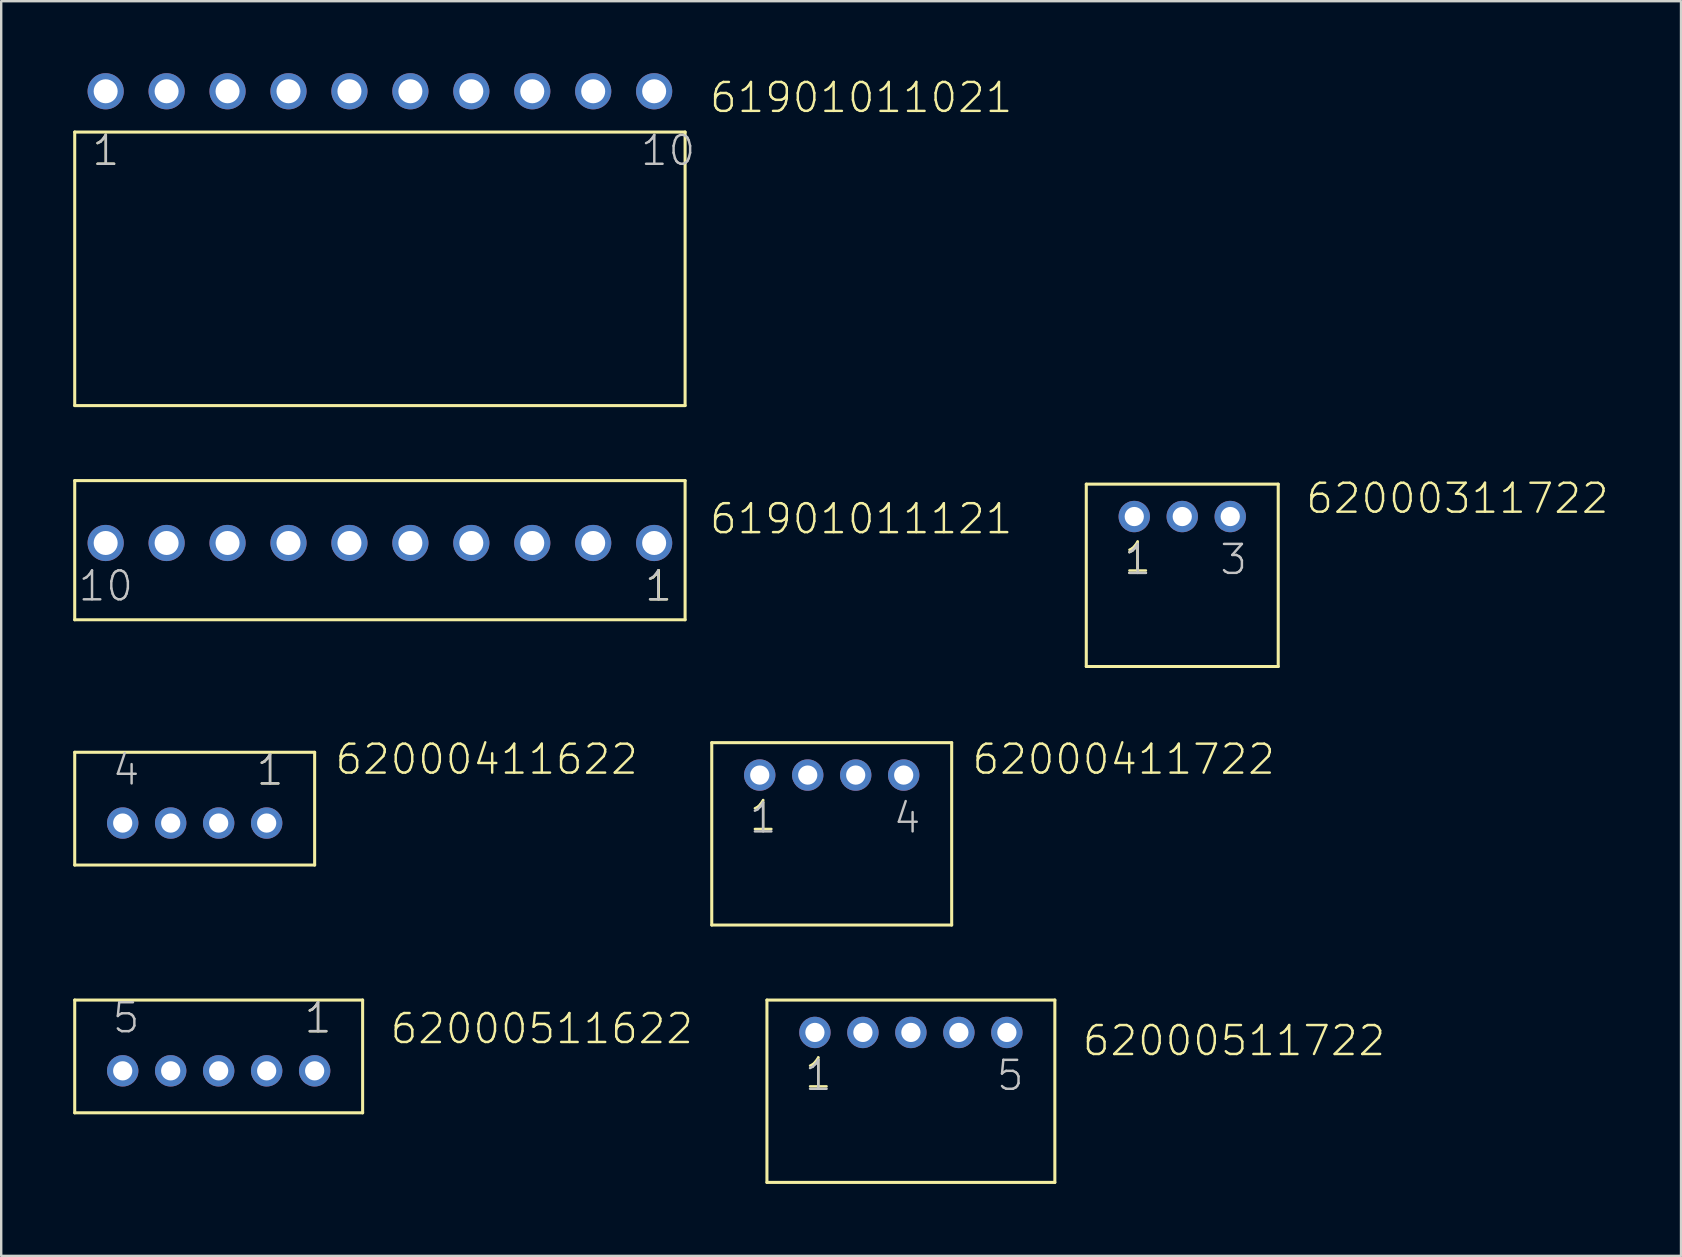
<source format=kicad_pcb>
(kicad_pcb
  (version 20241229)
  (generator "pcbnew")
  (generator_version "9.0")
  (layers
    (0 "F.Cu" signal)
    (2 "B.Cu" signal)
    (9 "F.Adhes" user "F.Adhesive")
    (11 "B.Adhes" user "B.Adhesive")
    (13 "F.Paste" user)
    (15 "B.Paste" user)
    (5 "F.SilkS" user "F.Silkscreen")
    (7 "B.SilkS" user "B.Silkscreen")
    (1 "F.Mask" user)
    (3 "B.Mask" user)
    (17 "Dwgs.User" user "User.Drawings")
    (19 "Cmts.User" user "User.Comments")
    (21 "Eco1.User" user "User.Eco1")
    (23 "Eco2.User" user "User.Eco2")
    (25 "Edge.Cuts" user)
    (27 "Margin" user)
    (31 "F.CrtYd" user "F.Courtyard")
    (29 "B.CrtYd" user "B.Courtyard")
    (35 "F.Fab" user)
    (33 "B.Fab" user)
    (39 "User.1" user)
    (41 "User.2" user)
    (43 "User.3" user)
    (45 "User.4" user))
  (footprint "62000511622"
    (layer "F.Cu")
    (at 6.064 41.581)
    (property "Reference" "62000511622" (at 7.085 -1.05 0) (layer "F.SilkS") (effects (font (size 1.206 1.206) (thickness 0.102)) (justify left bottom)))
    (attr through_hole)
    (fp_line (start -6 -2.95) (end 6 -2.95) (stroke (width 0.127) (type solid)) (layer "F.SilkS"))
    (fp_line (start -6 1.75) (end -6 -2.95) (stroke (width 0.127) (type solid)) (layer "F.SilkS"))
    (fp_line (start 6 -2.95) (end 6 1.75) (stroke (width 0.127) (type solid)) (layer "F.SilkS"))
    (fp_line (start 6 1.75) (end -6 1.75) (stroke (width 0.127) (type solid)) (layer "F.SilkS"))
    (fp_text user "1" (at 3.5 -1.5 0) (layer "F.SilkS") (effects (font (size 1.206 1.206) (thickness 0.102)) (justify left bottom)))
    (fp_text user "1" (at 3.5 -1.5 0) (layer "Dwgs.User") (effects (font (size 1.206 1.206) (thickness 0.102)) (justify left bottom)))
    (fp_text user "5" (at -4.5 -1.5 0) (layer "Dwgs.User") (effects (font (size 1.206 1.206) (thickness 0.102)) (justify left bottom)))
    (pad "1" thru_hole circle (at 4 0) (size 1.308 1.308) (drill 0.8) (layers "*.Cu" "*.Mask"))
    (pad "2" thru_hole circle (at 2 0) (size 1.308 1.308) (drill 0.8) (layers "*.Cu" "*.Mask"))
    (pad "3" thru_hole circle (at 0 0) (size 1.308 1.308) (drill 0.8) (layers "*.Cu" "*.Mask"))
    (pad "4" thru_hole circle (at -2 0) (size 1.308 1.308) (drill 0.8) (layers "*.Cu" "*.Mask"))
    (pad "5" thru_hole circle (at -4 0) (size 1.308 1.308) (drill 0.8) (layers "*.Cu" "*.Mask")))
  (footprint "61901011121"
    (layer "F.Cu")
    (at 12.784 19.581)
    (property "Reference" "61901011121" (at 13.675 -0.3 0) (layer "F.SilkS") (effects (font (size 1.206 1.206) (thickness 0.102)) (justify left bottom)))
    (attr through_hole)
    (fp_line (start -12.72 -2.6) (end 12.72 -2.6) (stroke (width 0.127) (type solid)) (layer "F.SilkS"))
    (fp_line (start -12.72 3.2) (end -12.72 -2.6) (stroke (width 0.127) (type solid)) (layer "F.SilkS"))
    (fp_line (start 12.72 -2.6) (end 12.72 3.2) (stroke (width 0.127) (type solid)) (layer "F.SilkS"))
    (fp_line (start 12.72 3.2) (end -12.72 3.2) (stroke (width 0.127) (type solid)) (layer "F.SilkS"))
    (fp_text user "1" (at 10.98 2.5 0) (layer "F.SilkS") (effects (font (size 1.206 1.206) (thickness 0.102)) (justify left bottom)))
    (fp_text user "1" (at 10.96 2.5 0) (layer "Dwgs.User") (effects (font (size 1.206 1.206) (thickness 0.102)) (justify left bottom)))
    (fp_text user "10" (at -12.64 2.5 0) (layer "Dwgs.User") (effects (font (size 1.206 1.206) (thickness 0.102)) (justify left bottom)))
    (pad "1" thru_hole circle (at 11.43 0) (size 1.508 1.508) (drill 1) (layers "*.Cu" "*.Mask"))
    (pad "2" thru_hole circle (at 8.89 0) (size 1.508 1.508) (drill 1) (layers "*.Cu" "*.Mask"))
    (pad "3" thru_hole circle (at 6.35 0) (size 1.508 1.508) (drill 1) (layers "*.Cu" "*.Mask"))
    (pad "4" thru_hole circle (at 3.81 0) (size 1.508 1.508) (drill 1) (layers "*.Cu" "*.Mask"))
    (pad "5" thru_hole circle (at 1.27 0) (size 1.508 1.508) (drill 1) (layers "*.Cu" "*.Mask"))
    (pad "6" thru_hole circle (at -1.27 0) (size 1.508 1.508) (drill 1) (layers "*.Cu" "*.Mask"))
    (pad "7" thru_hole circle (at -3.81 0) (size 1.508 1.508) (drill 1) (layers "*.Cu" "*.Mask"))
    (pad "8" thru_hole circle (at -6.35 0) (size 1.508 1.508) (drill 1) (layers "*.Cu" "*.Mask"))
    (pad "9" thru_hole circle (at -8.89 0) (size 1.508 1.508) (drill 1) (layers "*.Cu" "*.Mask"))
    (pad "10" thru_hole circle (at -11.43 0) (size 1.508 1.508) (drill 1) (layers "*.Cu" "*.Mask")))
  (footprint "62000411622"
    (layer "F.Cu")
    (at 5.064 31.254)
    (property "Reference" "62000411622" (at 5.785 -1.95 0) (layer "F.SilkS") (effects (font (size 1.206 1.206) (thickness 0.102)) (justify left bottom)))
    (attr through_hole)
    (fp_line (start -5 -2.95) (end 5 -2.95) (stroke (width 0.127) (type solid)) (layer "F.SilkS"))
    (fp_line (start -5 1.75) (end -5 -2.95) (stroke (width 0.127) (type solid)) (layer "F.SilkS"))
    (fp_line (start 5 -2.95) (end 5 1.75) (stroke (width 0.127) (type solid)) (layer "F.SilkS"))
    (fp_line (start 5 1.75) (end -5 1.75) (stroke (width 0.127) (type solid)) (layer "F.SilkS"))
    (fp_text user "1" (at 2.5 -1.5 0) (layer "F.SilkS") (effects (font (size 1.206 1.206) (thickness 0.102)) (justify left bottom)))
    (fp_text user "1" (at 2.5 -1.5 0) (layer "Dwgs.User") (effects (font (size 1.206 1.206) (thickness 0.102)) (justify left bottom)))
    (fp_text user "4" (at -3.5 -1.5 0) (layer "Dwgs.User") (effects (font (size 1.206 1.206) (thickness 0.102)) (justify left bottom)))
    (pad "1" thru_hole circle (at 3 0) (size 1.308 1.308) (drill 0.8) (layers "*.Cu" "*.Mask"))
    (pad "2" thru_hole circle (at 1 0) (size 1.308 1.308) (drill 0.8) (layers "*.Cu" "*.Mask"))
    (pad "3" thru_hole circle (at -1 0) (size 1.308 1.308) (drill 0.8) (layers "*.Cu" "*.Mask"))
    (pad "4" thru_hole circle (at -3 0) (size 1.308 1.308) (drill 0.8) (layers "*.Cu" "*.Mask")))
  (footprint "62000511722"
    (layer "F.Cu")
    (at 34.915 39.981)
    (property "Reference" "62000511722" (at 7.085 1.05 0) (layer "F.SilkS") (effects (font (size 1.206 1.206) (thickness 0.102)) (justify left bottom)))
    (attr through_hole)
    (fp_line (start -6 -1.35) (end 6 -1.35) (stroke (width 0.127) (type solid)) (layer "F.SilkS"))
    (fp_line (start -6 6.25) (end -6 -1.35) (stroke (width 0.127) (type solid)) (layer "F.SilkS"))
    (fp_line (start 6 -1.35) (end 6 6.25) (stroke (width 0.127) (type solid)) (layer "F.SilkS"))
    (fp_line (start 6 6.25) (end -6 6.25) (stroke (width 0.127) (type solid)) (layer "F.SilkS"))
    (fp_text user "1" (at -4.5 2.4 0) (layer "F.SilkS") (effects (font (size 1.206 1.206) (thickness 0.102)) (justify left bottom)))
    (fp_text user "1" (at -4.5 2.5 0) (layer "Dwgs.User") (effects (font (size 1.206 1.206) (thickness 0.102)) (justify left bottom)))
    (fp_text user "5" (at 3.5 2.5 0) (layer "Dwgs.User") (effects (font (size 1.206 1.206) (thickness 0.102)) (justify left bottom)))
    (pad "1" thru_hole circle (at -4 0 180) (size 1.308 1.308) (drill 0.8) (layers "*.Cu" "*.Mask"))
    (pad "2" thru_hole circle (at -2 0 180) (size 1.308 1.308) (drill 0.8) (layers "*.Cu" "*.Mask"))
    (pad "3" thru_hole circle (at 0 0 180) (size 1.308 1.308) (drill 0.8) (layers "*.Cu" "*.Mask"))
    (pad "4" thru_hole circle (at 2 0 180) (size 1.308 1.308) (drill 0.8) (layers "*.Cu" "*.Mask"))
    (pad "5" thru_hole circle (at 4 0 180) (size 1.308 1.308) (drill 0.8) (layers "*.Cu" "*.Mask")))
  (footprint "62000411722"
    (layer "F.Cu")
    (at 31.615 29.254)
    (property "Reference" "62000411722" (at 5.785 0.05 0) (layer "F.SilkS") (effects (font (size 1.206 1.206) (thickness 0.102)) (justify left bottom)))
    (attr through_hole)
    (fp_line (start -5 -1.35) (end 5 -1.35) (stroke (width 0.127) (type solid)) (layer "F.SilkS"))
    (fp_line (start -5 6.25) (end -5 -1.35) (stroke (width 0.127) (type solid)) (layer "F.SilkS"))
    (fp_line (start 5 -1.35) (end 5 6.25) (stroke (width 0.127) (type solid)) (layer "F.SilkS"))
    (fp_line (start 5 6.25) (end -5 6.25) (stroke (width 0.127) (type solid)) (layer "F.SilkS"))
    (fp_text user "1" (at -3.5 2.4 0) (layer "F.SilkS") (effects (font (size 1.206 1.206) (thickness 0.102)) (justify left bottom)))
    (fp_text user "4" (at 2.5 2.5 0) (layer "Dwgs.User") (effects (font (size 1.206 1.206) (thickness 0.102)) (justify left bottom)))
    (fp_text user "1" (at -3.5 2.5 0) (layer "Dwgs.User") (effects (font (size 1.206 1.206) (thickness 0.102)) (justify left bottom)))
    (pad "1" thru_hole circle (at -3 0 180) (size 1.308 1.308) (drill 0.8) (layers "*.Cu" "*.Mask"))
    (pad "2" thru_hole circle (at -1 0 180) (size 1.308 1.308) (drill 0.8) (layers "*.Cu" "*.Mask"))
    (pad "3" thru_hole circle (at 1 0 180) (size 1.308 1.308) (drill 0.8) (layers "*.Cu" "*.Mask"))
    (pad "4" thru_hole circle (at 3 0 180) (size 1.308 1.308) (drill 0.8) (layers "*.Cu" "*.Mask")))
  (footprint "62000311722"
    (layer "F.Cu")
    (at 46.225 18.479)
    (property "Reference" "62000311722" (at 5.085 -0.05 0) (layer "F.SilkS") (effects (font (size 1.206 1.206) (thickness 0.102)) (justify left bottom)))
    (attr through_hole)
    (fp_line (start -4 -1.35) (end 4 -1.35) (stroke (width 0.127) (type solid)) (layer "F.SilkS"))
    (fp_line (start -4 6.25) (end -4 -1.35) (stroke (width 0.127) (type solid)) (layer "F.SilkS"))
    (fp_line (start 4 -1.35) (end 4 6.25) (stroke (width 0.127) (type solid)) (layer "F.SilkS"))
    (fp_line (start 4 6.25) (end -4 6.25) (stroke (width 0.127) (type solid)) (layer "F.SilkS"))
    (fp_text user "1" (at -2.5 2.4 0) (layer "F.SilkS") (effects (font (size 1.206 1.206) (thickness 0.102)) (justify left bottom)))
    (fp_text user "1" (at -2.5 2.5 0) (layer "F.SilkS") (effects (font (size 1.206 1.206) (thickness 0.102)) (justify left bottom)))
    (fp_text user "3" (at 1.5 2.5 0) (layer "Dwgs.User") (effects (font (size 1.206 1.206) (thickness 0.102)) (justify left bottom)))
    (fp_text user "1" (at -2.5 2.5 0) (layer "Dwgs.User") (effects (font (size 1.206 1.206) (thickness 0.102)) (justify left bottom)))
    (pad "1" thru_hole circle (at -2 0 180) (size 1.308 1.308) (drill 0.8) (layers "*.Cu" "*.Mask"))
    (pad "2" thru_hole circle (at 0 0 180) (size 1.308 1.308) (drill 0.8) (layers "*.Cu" "*.Mask"))
    (pad "3" thru_hole circle (at 2 0 180) (size 1.308 1.308) (drill 0.8) (layers "*.Cu" "*.Mask")))
  (footprint "61901011021"
    (layer "F.Cu")
    (at 12.784 0.754)
    (property "Reference" "61901011021" (at 13.675 0.97 0) (layer "F.SilkS") (effects (font (size 1.206 1.206) (thickness 0.102)) (justify left bottom)))
    (attr through_hole)
    (fp_line (start -12.72 1.7) (end 12.72 1.7) (stroke (width 0.127) (type solid)) (layer "F.SilkS"))
    (fp_line (start -12.72 13.1) (end -12.72 1.7) (stroke (width 0.127) (type solid)) (layer "F.SilkS"))
    (fp_line (start 12.72 1.7) (end 12.72 13.1) (stroke (width 0.127) (type solid)) (layer "F.SilkS"))
    (fp_line (start 12.72 13.1) (end -12.72 13.1) (stroke (width 0.127) (type solid)) (layer "F.SilkS"))
    (fp_text user "1" (at -12.065 3.175 0) (layer "F.SilkS") (effects (font (size 1.206 1.206) (thickness 0.102)) (justify left bottom)))
    (fp_text user "10" (at 10.795 3.175 0) (layer "Dwgs.User") (effects (font (size 1.206 1.206) (thickness 0.102)) (justify left bottom)))
    (fp_text user "1" (at -12.065 3.175 0) (layer "Dwgs.User") (effects (font (size 1.206 1.206) (thickness 0.102)) (justify left bottom)))
    (pad "1" thru_hole circle (at -11.43 0 180) (size 1.508 1.508) (drill 1) (layers "*.Cu" "*.Mask"))
    (pad "2" thru_hole circle (at -8.89 0 180) (size 1.508 1.508) (drill 1) (layers "*.Cu" "*.Mask"))
    (pad "3" thru_hole circle (at -6.35 0 180) (size 1.508 1.508) (drill 1) (layers "*.Cu" "*.Mask"))
    (pad "4" thru_hole circle (at -3.81 0 180) (size 1.508 1.508) (drill 1) (layers "*.Cu" "*.Mask"))
    (pad "5" thru_hole circle (at -1.27 0 180) (size 1.508 1.508) (drill 1) (layers "*.Cu" "*.Mask"))
    (pad "6" thru_hole circle (at 1.27 0 180) (size 1.508 1.508) (drill 1) (layers "*.Cu" "*.Mask"))
    (pad "7" thru_hole circle (at 3.81 0 180) (size 1.508 1.508) (drill 1) (layers "*.Cu" "*.Mask"))
    (pad "8" thru_hole circle (at 6.35 0 180) (size 1.508 1.508) (drill 1) (layers "*.Cu" "*.Mask"))
    (pad "9" thru_hole circle (at 8.89 0 180) (size 1.508 1.508) (drill 1) (layers "*.Cu" "*.Mask"))
    (pad "10" thru_hole circle (at 11.43 0 180) (size 1.508 1.508) (drill 1) (layers "*.Cu" "*.Mask")))
  (gr_rect
    (start -3 -3)
    (end 67.013 49.294)
    (stroke (width 0.1) (type default))
    (fill no)
    (layer "Edge.Cuts")))
</source>
